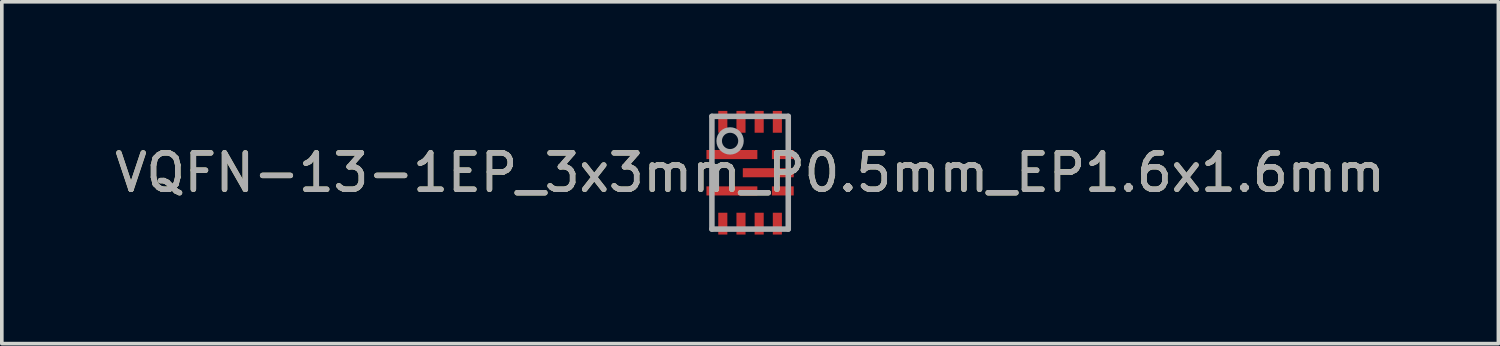
<source format=kicad_pcb>
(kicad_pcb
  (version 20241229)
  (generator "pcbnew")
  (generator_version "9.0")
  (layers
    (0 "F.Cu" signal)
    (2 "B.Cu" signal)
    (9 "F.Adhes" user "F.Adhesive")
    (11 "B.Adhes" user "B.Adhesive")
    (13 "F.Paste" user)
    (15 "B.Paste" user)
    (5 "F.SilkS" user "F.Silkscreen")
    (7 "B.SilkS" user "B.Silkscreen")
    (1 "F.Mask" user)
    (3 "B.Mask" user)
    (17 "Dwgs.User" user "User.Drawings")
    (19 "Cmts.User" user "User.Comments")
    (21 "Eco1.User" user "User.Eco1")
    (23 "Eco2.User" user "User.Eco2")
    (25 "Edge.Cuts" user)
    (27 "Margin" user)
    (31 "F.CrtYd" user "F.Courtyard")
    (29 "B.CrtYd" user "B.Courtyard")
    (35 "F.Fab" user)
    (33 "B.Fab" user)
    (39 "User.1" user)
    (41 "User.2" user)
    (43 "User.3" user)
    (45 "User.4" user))
  (footprint "VQFN-13-1EP_3x3mm_P0.5mm_EP1.6x1.6mm"
    (layer "F.Cu")
    (at 17.577 1.7)
    (property "Reference" "VQFN-13-1EP_3x3mm_P0.5mm_EP1.6x1.6mm" (at 0 0 0) (layer "F.SilkS") (effects (font (size 1 1) (thickness 0.15))))
    (attr through_hole)
    (fp_line (start -1.2 -0.575) (end -1.199 -0.585) (stroke (width 0.152) (type solid)) (layer "F.Paste"))
    (fp_line (start -1.2 -0.425) (end -1.2 -0.575) (stroke (width 0.152) (type solid)) (layer "F.Paste"))
    (fp_line (start -1.2 0.425) (end -1.199 0.415) (stroke (width 0.152) (type solid)) (layer "F.Paste"))
    (fp_line (start -1.2 0.575) (end -1.2 0.425) (stroke (width 0.152) (type solid)) (layer "F.Paste"))
    (fp_line (start -1.199 -0.585) (end -1.196 -0.594) (stroke (width 0.152) (type solid)) (layer "F.Paste"))
    (fp_line (start -1.199 -0.415) (end -1.2 -0.425) (stroke (width 0.152) (type solid)) (layer "F.Paste"))
    (fp_line (start -1.199 0.415) (end -1.196 0.406) (stroke (width 0.152) (type solid)) (layer "F.Paste"))
    (fp_line (start -1.199 0.585) (end -1.2 0.575) (stroke (width 0.152) (type solid)) (layer "F.Paste"))
    (fp_line (start -1.196 -0.594) (end -1.192 -0.603) (stroke (width 0.152) (type solid)) (layer "F.Paste"))
    (fp_line (start -1.196 -0.406) (end -1.199 -0.415) (stroke (width 0.152) (type solid)) (layer "F.Paste"))
    (fp_line (start -1.196 0.406) (end -1.192 0.397) (stroke (width 0.152) (type solid)) (layer "F.Paste"))
    (fp_line (start -1.196 0.594) (end -1.199 0.585) (stroke (width 0.152) (type solid)) (layer "F.Paste"))
    (fp_line (start -1.192 -0.603) (end -1.185 -0.61) (stroke (width 0.152) (type solid)) (layer "F.Paste"))
    (fp_line (start -1.192 -0.397) (end -1.196 -0.406) (stroke (width 0.152) (type solid)) (layer "F.Paste"))
    (fp_line (start -1.192 0.397) (end -1.185 0.39) (stroke (width 0.152) (type solid)) (layer "F.Paste"))
    (fp_line (start -1.192 0.603) (end -1.196 0.594) (stroke (width 0.152) (type solid)) (layer "F.Paste"))
    (fp_line (start -1.185 -0.61) (end -1.178 -0.617) (stroke (width 0.152) (type solid)) (layer "F.Paste"))
    (fp_line (start -1.185 -0.39) (end -1.192 -0.397) (stroke (width 0.152) (type solid)) (layer "F.Paste"))
    (fp_line (start -1.185 0.39) (end -1.178 0.383) (stroke (width 0.152) (type solid)) (layer "F.Paste"))
    (fp_line (start -1.185 0.61) (end -1.192 0.603) (stroke (width 0.152) (type solid)) (layer "F.Paste"))
    (fp_line (start -1.178 -0.617) (end -1.169 -0.621) (stroke (width 0.152) (type solid)) (layer "F.Paste"))
    (fp_line (start -1.178 -0.383) (end -1.185 -0.39) (stroke (width 0.152) (type solid)) (layer "F.Paste"))
    (fp_line (start -1.178 0.383) (end -1.169 0.379) (stroke (width 0.152) (type solid)) (layer "F.Paste"))
    (fp_line (start -1.178 0.617) (end -1.185 0.61) (stroke (width 0.152) (type solid)) (layer "F.Paste"))
    (fp_line (start -1.169 -0.621) (end -1.16 -0.624) (stroke (width 0.152) (type solid)) (layer "F.Paste"))
    (fp_line (start -1.169 -0.379) (end -1.178 -0.383) (stroke (width 0.152) (type solid)) (layer "F.Paste"))
    (fp_line (start -1.169 0.379) (end -1.16 0.376) (stroke (width 0.152) (type solid)) (layer "F.Paste"))
    (fp_line (start -1.169 0.621) (end -1.178 0.617) (stroke (width 0.152) (type solid)) (layer "F.Paste"))
    (fp_line (start -1.16 -0.624) (end -1.15 -0.625) (stroke (width 0.152) (type solid)) (layer "F.Paste"))
    (fp_line (start -1.16 -0.376) (end -1.169 -0.379) (stroke (width 0.152) (type solid)) (layer "F.Paste"))
    (fp_line (start -1.16 0.376) (end -1.15 0.375) (stroke (width 0.152) (type solid)) (layer "F.Paste"))
    (fp_line (start -1.16 0.624) (end -1.169 0.621) (stroke (width 0.152) (type solid)) (layer "F.Paste"))
    (fp_line (start -1.15 -0.625) (end -0.65 -0.625) (stroke (width 0.152) (type solid)) (layer "F.Paste"))
    (fp_line (start -1.15 -0.375) (end -1.16 -0.376) (stroke (width 0.152) (type solid)) (layer "F.Paste"))
    (fp_line (start -1.15 0.375) (end -0.65 0.375) (stroke (width 0.152) (type solid)) (layer "F.Paste"))
    (fp_line (start -1.15 0.625) (end -1.16 0.624) (stroke (width 0.152) (type solid)) (layer "F.Paste"))
    (fp_line (start -0.65 -0.625) (end -0.64 -0.624) (stroke (width 0.152) (type solid)) (layer "F.Paste"))
    (fp_line (start -0.65 -0.375) (end -1.15 -0.375) (stroke (width 0.152) (type solid)) (layer "F.Paste"))
    (fp_line (start -0.65 0.375) (end -0.64 0.376) (stroke (width 0.152) (type solid)) (layer "F.Paste"))
    (fp_line (start -0.65 0.625) (end -1.15 0.625) (stroke (width 0.152) (type solid)) (layer "F.Paste"))
    (fp_line (start -0.64 -0.624) (end -0.631 -0.621) (stroke (width 0.152) (type solid)) (layer "F.Paste"))
    (fp_line (start -0.64 -0.376) (end -0.65 -0.375) (stroke (width 0.152) (type solid)) (layer "F.Paste"))
    (fp_line (start -0.64 0.376) (end -0.631 0.379) (stroke (width 0.152) (type solid)) (layer "F.Paste"))
    (fp_line (start -0.64 0.624) (end -0.65 0.625) (stroke (width 0.152) (type solid)) (layer "F.Paste"))
    (fp_line (start -0.631 -0.621) (end -0.622 -0.617) (stroke (width 0.152) (type solid)) (layer "F.Paste"))
    (fp_line (start -0.631 -0.379) (end -0.64 -0.376) (stroke (width 0.152) (type solid)) (layer "F.Paste"))
    (fp_line (start -0.631 0.379) (end -0.622 0.383) (stroke (width 0.152) (type solid)) (layer "F.Paste"))
    (fp_line (start -0.631 0.621) (end -0.64 0.624) (stroke (width 0.152) (type solid)) (layer "F.Paste"))
    (fp_line (start -0.622 -0.617) (end -0.615 -0.61) (stroke (width 0.152) (type solid)) (layer "F.Paste"))
    (fp_line (start -0.622 -0.383) (end -0.631 -0.379) (stroke (width 0.152) (type solid)) (layer "F.Paste"))
    (fp_line (start -0.622 0.383) (end -0.615 0.39) (stroke (width 0.152) (type solid)) (layer "F.Paste"))
    (fp_line (start -0.622 0.617) (end -0.631 0.621) (stroke (width 0.152) (type solid)) (layer "F.Paste"))
    (fp_line (start -0.615 -0.61) (end -0.608 -0.603) (stroke (width 0.152) (type solid)) (layer "F.Paste"))
    (fp_line (start -0.615 -0.39) (end -0.622 -0.383) (stroke (width 0.152) (type solid)) (layer "F.Paste"))
    (fp_line (start -0.615 0.39) (end -0.608 0.397) (stroke (width 0.152) (type solid)) (layer "F.Paste"))
    (fp_line (start -0.615 0.61) (end -0.622 0.617) (stroke (width 0.152) (type solid)) (layer "F.Paste"))
    (fp_line (start -0.608 -0.603) (end -0.604 -0.594) (stroke (width 0.152) (type solid)) (layer "F.Paste"))
    (fp_line (start -0.608 -0.397) (end -0.615 -0.39) (stroke (width 0.152) (type solid)) (layer "F.Paste"))
    (fp_line (start -0.608 0.397) (end -0.604 0.406) (stroke (width 0.152) (type solid)) (layer "F.Paste"))
    (fp_line (start -0.608 0.603) (end -0.615 0.61) (stroke (width 0.152) (type solid)) (layer "F.Paste"))
    (fp_line (start -0.604 -0.594) (end -0.601 -0.585) (stroke (width 0.152) (type solid)) (layer "F.Paste"))
    (fp_line (start -0.604 -0.406) (end -0.608 -0.397) (stroke (width 0.152) (type solid)) (layer "F.Paste"))
    (fp_line (start -0.604 0.406) (end -0.601 0.415) (stroke (width 0.152) (type solid)) (layer "F.Paste"))
    (fp_line (start -0.604 0.594) (end -0.608 0.603) (stroke (width 0.152) (type solid)) (layer "F.Paste"))
    (fp_line (start -0.601 -0.585) (end -0.6 -0.575) (stroke (width 0.152) (type solid)) (layer "F.Paste"))
    (fp_line (start -0.601 -0.415) (end -0.604 -0.406) (stroke (width 0.152) (type solid)) (layer "F.Paste"))
    (fp_line (start -0.601 0.415) (end -0.6 0.425) (stroke (width 0.152) (type solid)) (layer "F.Paste"))
    (fp_line (start -0.601 0.585) (end -0.604 0.594) (stroke (width 0.152) (type solid)) (layer "F.Paste"))
    (fp_line (start -0.6 -0.575) (end -0.6 -0.425) (stroke (width 0.152) (type solid)) (layer "F.Paste"))
    (fp_line (start -0.6 -0.425) (end -0.601 -0.415) (stroke (width 0.152) (type solid)) (layer "F.Paste"))
    (fp_line (start -0.6 0.425) (end -0.6 0.575) (stroke (width 0.152) (type solid)) (layer "F.Paste"))
    (fp_line (start -0.6 0.575) (end -0.601 0.585) (stroke (width 0.152) (type solid)) (layer "F.Paste"))
    (fp_line (start -0.4 -0.575) (end -0.399 -0.585) (stroke (width 0.152) (type solid)) (layer "F.Paste"))
    (fp_line (start -0.4 -0.425) (end -0.4 -0.575) (stroke (width 0.152) (type solid)) (layer "F.Paste"))
    (fp_line (start -0.4 0.425) (end -0.399 0.415) (stroke (width 0.152) (type solid)) (layer "F.Paste"))
    (fp_line (start -0.4 0.575) (end -0.4 0.425) (stroke (width 0.152) (type solid)) (layer "F.Paste"))
    (fp_line (start -0.399 -0.585) (end -0.396 -0.594) (stroke (width 0.152) (type solid)) (layer "F.Paste"))
    (fp_line (start -0.399 -0.415) (end -0.4 -0.425) (stroke (width 0.152) (type solid)) (layer "F.Paste"))
    (fp_line (start -0.399 0.415) (end -0.396 0.406) (stroke (width 0.152) (type solid)) (layer "F.Paste"))
    (fp_line (start -0.399 0.585) (end -0.4 0.575) (stroke (width 0.152) (type solid)) (layer "F.Paste"))
    (fp_line (start -0.396 -0.594) (end -0.392 -0.603) (stroke (width 0.152) (type solid)) (layer "F.Paste"))
    (fp_line (start -0.396 -0.406) (end -0.399 -0.415) (stroke (width 0.152) (type solid)) (layer "F.Paste"))
    (fp_line (start -0.396 0.406) (end -0.392 0.397) (stroke (width 0.152) (type solid)) (layer "F.Paste"))
    (fp_line (start -0.396 0.594) (end -0.399 0.585) (stroke (width 0.152) (type solid)) (layer "F.Paste"))
    (fp_line (start -0.392 -0.603) (end -0.385 -0.61) (stroke (width 0.152) (type solid)) (layer "F.Paste"))
    (fp_line (start -0.392 -0.397) (end -0.396 -0.406) (stroke (width 0.152) (type solid)) (layer "F.Paste"))
    (fp_line (start -0.392 0.397) (end -0.385 0.39) (stroke (width 0.152) (type solid)) (layer "F.Paste"))
    (fp_line (start -0.392 0.603) (end -0.396 0.594) (stroke (width 0.152) (type solid)) (layer "F.Paste"))
    (fp_line (start -0.385 -0.61) (end -0.378 -0.617) (stroke (width 0.152) (type solid)) (layer "F.Paste"))
    (fp_line (start -0.385 -0.39) (end -0.392 -0.397) (stroke (width 0.152) (type solid)) (layer "F.Paste"))
    (fp_line (start -0.385 0.39) (end -0.378 0.383) (stroke (width 0.152) (type solid)) (layer "F.Paste"))
    (fp_line (start -0.385 0.61) (end -0.392 0.603) (stroke (width 0.152) (type solid)) (layer "F.Paste"))
    (fp_line (start -0.378 -0.617) (end -0.369 -0.621) (stroke (width 0.152) (type solid)) (layer "F.Paste"))
    (fp_line (start -0.378 -0.383) (end -0.385 -0.39) (stroke (width 0.152) (type solid)) (layer "F.Paste"))
    (fp_line (start -0.378 0.383) (end -0.369 0.379) (stroke (width 0.152) (type solid)) (layer "F.Paste"))
    (fp_line (start -0.378 0.617) (end -0.385 0.61) (stroke (width 0.152) (type solid)) (layer "F.Paste"))
    (fp_line (start -0.369 -0.621) (end -0.36 -0.624) (stroke (width 0.152) (type solid)) (layer "F.Paste"))
    (fp_line (start -0.369 -0.379) (end -0.378 -0.383) (stroke (width 0.152) (type solid)) (layer "F.Paste"))
    (fp_line (start -0.369 0.379) (end -0.36 0.376) (stroke (width 0.152) (type solid)) (layer "F.Paste"))
    (fp_line (start -0.369 0.621) (end -0.378 0.617) (stroke (width 0.152) (type solid)) (layer "F.Paste"))
    (fp_line (start -0.36 -0.624) (end -0.35 -0.625) (stroke (width 0.152) (type solid)) (layer "F.Paste"))
    (fp_line (start -0.36 -0.376) (end -0.369 -0.379) (stroke (width 0.152) (type solid)) (layer "F.Paste"))
    (fp_line (start -0.36 0.376) (end -0.35 0.375) (stroke (width 0.152) (type solid)) (layer "F.Paste"))
    (fp_line (start -0.36 0.624) (end -0.369 0.621) (stroke (width 0.152) (type solid)) (layer "F.Paste"))
    (fp_line (start -0.35 -0.625) (end 0.15 -0.625) (stroke (width 0.152) (type solid)) (layer "F.Paste"))
    (fp_line (start -0.35 -0.375) (end -0.36 -0.376) (stroke (width 0.152) (type solid)) (layer "F.Paste"))
    (fp_line (start -0.35 0.375) (end 0.15 0.375) (stroke (width 0.152) (type solid)) (layer "F.Paste"))
    (fp_line (start -0.35 0.625) (end -0.36 0.624) (stroke (width 0.152) (type solid)) (layer "F.Paste"))
    (fp_line (start -0.2 -0.075) (end -0.199 -0.085) (stroke (width 0.152) (type solid)) (layer "F.Paste"))
    (fp_line (start -0.2 0.075) (end -0.2 -0.075) (stroke (width 0.152) (type solid)) (layer "F.Paste"))
    (fp_line (start -0.199 -0.085) (end -0.196 -0.094) (stroke (width 0.152) (type solid)) (layer "F.Paste"))
    (fp_line (start -0.199 0.085) (end -0.2 0.075) (stroke (width 0.152) (type solid)) (layer "F.Paste"))
    (fp_line (start -0.196 -0.094) (end -0.192 -0.103) (stroke (width 0.152) (type solid)) (layer "F.Paste"))
    (fp_line (start -0.196 0.094) (end -0.199 0.085) (stroke (width 0.152) (type solid)) (layer "F.Paste"))
    (fp_line (start -0.192 -0.103) (end -0.185 -0.11) (stroke (width 0.152) (type solid)) (layer "F.Paste"))
    (fp_line (start -0.192 0.103) (end -0.196 0.094) (stroke (width 0.152) (type solid)) (layer "F.Paste"))
    (fp_line (start -0.185 -0.11) (end -0.178 -0.117) (stroke (width 0.152) (type solid)) (layer "F.Paste"))
    (fp_line (start -0.185 0.11) (end -0.192 0.103) (stroke (width 0.152) (type solid)) (layer "F.Paste"))
    (fp_line (start -0.178 -0.117) (end -0.169 -0.121) (stroke (width 0.152) (type solid)) (layer "F.Paste"))
    (fp_line (start -0.178 0.117) (end -0.185 0.11) (stroke (width 0.152) (type solid)) (layer "F.Paste"))
    (fp_line (start -0.169 -0.121) (end -0.16 -0.124) (stroke (width 0.152) (type solid)) (layer "F.Paste"))
    (fp_line (start -0.169 0.121) (end -0.178 0.117) (stroke (width 0.152) (type solid)) (layer "F.Paste"))
    (fp_line (start -0.16 -0.124) (end -0.15 -0.125) (stroke (width 0.152) (type solid)) (layer "F.Paste"))
    (fp_line (start -0.16 0.124) (end -0.169 0.121) (stroke (width 0.152) (type solid)) (layer "F.Paste"))
    (fp_line (start -0.15 -0.125) (end 0.35 -0.125) (stroke (width 0.152) (type solid)) (layer "F.Paste"))
    (fp_line (start -0.15 0.125) (end -0.16 0.124) (stroke (width 0.152) (type solid)) (layer "F.Paste"))
    (fp_line (start 0.15 -0.625) (end 0.16 -0.624) (stroke (width 0.152) (type solid)) (layer "F.Paste"))
    (fp_line (start 0.15 -0.375) (end -0.35 -0.375) (stroke (width 0.152) (type solid)) (layer "F.Paste"))
    (fp_line (start 0.15 0.375) (end 0.16 0.376) (stroke (width 0.152) (type solid)) (layer "F.Paste"))
    (fp_line (start 0.15 0.625) (end -0.35 0.625) (stroke (width 0.152) (type solid)) (layer "F.Paste"))
    (fp_line (start 0.16 -0.624) (end 0.169 -0.621) (stroke (width 0.152) (type solid)) (layer "F.Paste"))
    (fp_line (start 0.16 -0.376) (end 0.15 -0.375) (stroke (width 0.152) (type solid)) (layer "F.Paste"))
    (fp_line (start 0.16 0.376) (end 0.169 0.379) (stroke (width 0.152) (type solid)) (layer "F.Paste"))
    (fp_line (start 0.16 0.624) (end 0.15 0.625) (stroke (width 0.152) (type solid)) (layer "F.Paste"))
    (fp_line (start 0.169 -0.621) (end 0.178 -0.617) (stroke (width 0.152) (type solid)) (layer "F.Paste"))
    (fp_line (start 0.169 -0.379) (end 0.16 -0.376) (stroke (width 0.152) (type solid)) (layer "F.Paste"))
    (fp_line (start 0.169 0.379) (end 0.178 0.383) (stroke (width 0.152) (type solid)) (layer "F.Paste"))
    (fp_line (start 0.169 0.621) (end 0.16 0.624) (stroke (width 0.152) (type solid)) (layer "F.Paste"))
    (fp_line (start 0.178 -0.617) (end 0.185 -0.61) (stroke (width 0.152) (type solid)) (layer "F.Paste"))
    (fp_line (start 0.178 -0.383) (end 0.169 -0.379) (stroke (width 0.152) (type solid)) (layer "F.Paste"))
    (fp_line (start 0.178 0.383) (end 0.185 0.39) (stroke (width 0.152) (type solid)) (layer "F.Paste"))
    (fp_line (start 0.178 0.617) (end 0.169 0.621) (stroke (width 0.152) (type solid)) (layer "F.Paste"))
    (fp_line (start 0.185 -0.61) (end 0.192 -0.603) (stroke (width 0.152) (type solid)) (layer "F.Paste"))
    (fp_line (start 0.185 -0.39) (end 0.178 -0.383) (stroke (width 0.152) (type solid)) (layer "F.Paste"))
    (fp_line (start 0.185 0.39) (end 0.192 0.397) (stroke (width 0.152) (type solid)) (layer "F.Paste"))
    (fp_line (start 0.185 0.61) (end 0.178 0.617) (stroke (width 0.152) (type solid)) (layer "F.Paste"))
    (fp_line (start 0.192 -0.603) (end 0.196 -0.594) (stroke (width 0.152) (type solid)) (layer "F.Paste"))
    (fp_line (start 0.192 -0.397) (end 0.185 -0.39) (stroke (width 0.152) (type solid)) (layer "F.Paste"))
    (fp_line (start 0.192 0.397) (end 0.196 0.406) (stroke (width 0.152) (type solid)) (layer "F.Paste"))
    (fp_line (start 0.192 0.603) (end 0.185 0.61) (stroke (width 0.152) (type solid)) (layer "F.Paste"))
    (fp_line (start 0.196 -0.594) (end 0.199 -0.585) (stroke (width 0.152) (type solid)) (layer "F.Paste"))
    (fp_line (start 0.196 -0.406) (end 0.192 -0.397) (stroke (width 0.152) (type solid)) (layer "F.Paste"))
    (fp_line (start 0.196 0.406) (end 0.199 0.415) (stroke (width 0.152) (type solid)) (layer "F.Paste"))
    (fp_line (start 0.196 0.594) (end 0.192 0.603) (stroke (width 0.152) (type solid)) (layer "F.Paste"))
    (fp_line (start 0.199 -0.585) (end 0.2 -0.575) (stroke (width 0.152) (type solid)) (layer "F.Paste"))
    (fp_line (start 0.199 -0.415) (end 0.196 -0.406) (stroke (width 0.152) (type solid)) (layer "F.Paste"))
    (fp_line (start 0.199 0.415) (end 0.2 0.425) (stroke (width 0.152) (type solid)) (layer "F.Paste"))
    (fp_line (start 0.199 0.585) (end 0.196 0.594) (stroke (width 0.152) (type solid)) (layer "F.Paste"))
    (fp_line (start 0.2 -0.575) (end 0.2 -0.425) (stroke (width 0.152) (type solid)) (layer "F.Paste"))
    (fp_line (start 0.2 -0.425) (end 0.199 -0.415) (stroke (width 0.152) (type solid)) (layer "F.Paste"))
    (fp_line (start 0.2 0.425) (end 0.2 0.575) (stroke (width 0.152) (type solid)) (layer "F.Paste"))
    (fp_line (start 0.2 0.575) (end 0.199 0.585) (stroke (width 0.152) (type solid)) (layer "F.Paste"))
    (fp_line (start 0.35 -0.125) (end 0.36 -0.124) (stroke (width 0.152) (type solid)) (layer "F.Paste"))
    (fp_line (start 0.35 0.125) (end -0.15 0.125) (stroke (width 0.152) (type solid)) (layer "F.Paste"))
    (fp_line (start 0.36 -0.124) (end 0.369 -0.121) (stroke (width 0.152) (type solid)) (layer "F.Paste"))
    (fp_line (start 0.36 0.124) (end 0.35 0.125) (stroke (width 0.152) (type solid)) (layer "F.Paste"))
    (fp_line (start 0.369 -0.121) (end 0.378 -0.117) (stroke (width 0.152) (type solid)) (layer "F.Paste"))
    (fp_line (start 0.369 0.121) (end 0.36 0.124) (stroke (width 0.152) (type solid)) (layer "F.Paste"))
    (fp_line (start 0.378 -0.117) (end 0.385 -0.11) (stroke (width 0.152) (type solid)) (layer "F.Paste"))
    (fp_line (start 0.378 0.117) (end 0.369 0.121) (stroke (width 0.152) (type solid)) (layer "F.Paste"))
    (fp_line (start 0.385 -0.11) (end 0.392 -0.103) (stroke (width 0.152) (type solid)) (layer "F.Paste"))
    (fp_line (start 0.385 0.11) (end 0.378 0.117) (stroke (width 0.152) (type solid)) (layer "F.Paste"))
    (fp_line (start 0.392 -0.103) (end 0.396 -0.094) (stroke (width 0.152) (type solid)) (layer "F.Paste"))
    (fp_line (start 0.392 0.103) (end 0.385 0.11) (stroke (width 0.152) (type solid)) (layer "F.Paste"))
    (fp_line (start 0.396 -0.094) (end 0.399 -0.085) (stroke (width 0.152) (type solid)) (layer "F.Paste"))
    (fp_line (start 0.396 0.094) (end 0.392 0.103) (stroke (width 0.152) (type solid)) (layer "F.Paste"))
    (fp_line (start 0.399 -0.085) (end 0.4 -0.075) (stroke (width 0.152) (type solid)) (layer "F.Paste"))
    (fp_line (start 0.399 0.085) (end 0.396 0.094) (stroke (width 0.152) (type solid)) (layer "F.Paste"))
    (fp_line (start 0.4 -0.075) (end 0.4 0.075) (stroke (width 0.152) (type solid)) (layer "F.Paste"))
    (fp_line (start 0.4 0.075) (end 0.399 0.085) (stroke (width 0.152) (type solid)) (layer "F.Paste"))
    (fp_line (start 0.6 -0.075) (end 0.601 -0.085) (stroke (width 0.152) (type solid)) (layer "F.Paste"))
    (fp_line (start 0.6 0.075) (end 0.6 -0.075) (stroke (width 0.152) (type solid)) (layer "F.Paste"))
    (fp_line (start 0.601 -0.085) (end 0.604 -0.094) (stroke (width 0.152) (type solid)) (layer "F.Paste"))
    (fp_line (start 0.601 0.085) (end 0.6 0.075) (stroke (width 0.152) (type solid)) (layer "F.Paste"))
    (fp_line (start 0.604 -0.094) (end 0.608 -0.103) (stroke (width 0.152) (type solid)) (layer "F.Paste"))
    (fp_line (start 0.604 0.094) (end 0.601 0.085) (stroke (width 0.152) (type solid)) (layer "F.Paste"))
    (fp_line (start 0.608 -0.103) (end 0.615 -0.11) (stroke (width 0.152) (type solid)) (layer "F.Paste"))
    (fp_line (start 0.608 0.103) (end 0.604 0.094) (stroke (width 0.152) (type solid)) (layer "F.Paste"))
    (fp_line (start 0.615 -0.11) (end 0.622 -0.117) (stroke (width 0.152) (type solid)) (layer "F.Paste"))
    (fp_line (start 0.615 0.11) (end 0.608 0.103) (stroke (width 0.152) (type solid)) (layer "F.Paste"))
    (fp_line (start 0.622 -0.117) (end 0.631 -0.121) (stroke (width 0.152) (type solid)) (layer "F.Paste"))
    (fp_line (start 0.622 0.117) (end 0.615 0.11) (stroke (width 0.152) (type solid)) (layer "F.Paste"))
    (fp_line (start 0.631 -0.121) (end 0.64 -0.124) (stroke (width 0.152) (type solid)) (layer "F.Paste"))
    (fp_line (start 0.631 0.121) (end 0.622 0.117) (stroke (width 0.152) (type solid)) (layer "F.Paste"))
    (fp_line (start 0.64 -0.124) (end 0.65 -0.125) (stroke (width 0.152) (type solid)) (layer "F.Paste"))
    (fp_line (start 0.64 0.124) (end 0.631 0.121) (stroke (width 0.152) (type solid)) (layer "F.Paste"))
    (fp_line (start 0.65 -0.125) (end 1.15 -0.125) (stroke (width 0.152) (type solid)) (layer "F.Paste"))
    (fp_line (start 0.65 0.125) (end 0.64 0.124) (stroke (width 0.152) (type solid)) (layer "F.Paste"))
    (fp_line (start 1.15 -0.125) (end 1.16 -0.124) (stroke (width 0.152) (type solid)) (layer "F.Paste"))
    (fp_line (start 1.15 0.125) (end 0.65 0.125) (stroke (width 0.152) (type solid)) (layer "F.Paste"))
    (fp_line (start 1.16 -0.124) (end 1.169 -0.121) (stroke (width 0.152) (type solid)) (layer "F.Paste"))
    (fp_line (start 1.16 0.124) (end 1.15 0.125) (stroke (width 0.152) (type solid)) (layer "F.Paste"))
    (fp_line (start 1.169 -0.121) (end 1.178 -0.117) (stroke (width 0.152) (type solid)) (layer "F.Paste"))
    (fp_line (start 1.169 0.121) (end 1.16 0.124) (stroke (width 0.152) (type solid)) (layer "F.Paste"))
    (fp_line (start 1.178 -0.117) (end 1.185 -0.11) (stroke (width 0.152) (type solid)) (layer "F.Paste"))
    (fp_line (start 1.178 0.117) (end 1.169 0.121) (stroke (width 0.152) (type solid)) (layer "F.Paste"))
    (fp_line (start 1.185 -0.11) (end 1.192 -0.103) (stroke (width 0.152) (type solid)) (layer "F.Paste"))
    (fp_line (start 1.185 0.11) (end 1.178 0.117) (stroke (width 0.152) (type solid)) (layer "F.Paste"))
    (fp_line (start 1.192 -0.103) (end 1.196 -0.094) (stroke (width 0.152) (type solid)) (layer "F.Paste"))
    (fp_line (start 1.192 0.103) (end 1.185 0.11) (stroke (width 0.152) (type solid)) (layer "F.Paste"))
    (fp_line (start 1.196 -0.094) (end 1.199 -0.085) (stroke (width 0.152) (type solid)) (layer "F.Paste"))
    (fp_line (start 1.196 0.094) (end 1.192 0.103) (stroke (width 0.152) (type solid)) (layer "F.Paste"))
    (fp_line (start 1.199 -0.085) (end 1.2 -0.075) (stroke (width 0.152) (type solid)) (layer "F.Paste"))
    (fp_line (start 1.199 0.085) (end 1.196 0.094) (stroke (width 0.152) (type solid)) (layer "F.Paste"))
    (fp_line (start 1.2 -0.075) (end 1.2 0.075) (stroke (width 0.152) (type solid)) (layer "F.Paste"))
    (fp_line (start 1.2 0.075) (end 1.199 0.085) (stroke (width 0.152) (type solid)) (layer "F.Paste"))
    (fp_line (start -1.05 -1.55) (end 1.05 -1.55) (stroke (width 0.152) (type solid)) (layer "F.Fab"))
    (fp_line (start -1.05 1.55) (end -1.05 -1.55) (stroke (width 0.152) (type solid)) (layer "F.Fab"))
    (fp_line (start -1.05 1.55) (end 1.05 1.55) (stroke (width 0.152) (type solid)) (layer "F.Fab"))
    (fp_line (start 1.05 1.55) (end 1.05 -1.55) (stroke (width 0.152) (type solid)) (layer "F.Fab"))
    (fp_circle (center -0.55 -0.875) (end -0.25 -0.875) (stroke (width 0.152) (type solid)) (fill no) (layer "F.Fab"))
    (fp_text user "${REFERENCE}" (at 0 0 0) (layer "F.Fab") (effects (font (size 1 1) (thickness 0.15))))
    (pad "1" smd rect (at -0.5 -0.5) (size 1.4 0.25) (layers "F.Cu" "F.Mask" "F.Paste"))
    (pad "2" smd rect (at -0.5 0.5) (size 1.4 0.25) (layers "F.Cu" "F.Mask" "F.Paste"))
    (pad "3" smd rect (at -0.75 1.4 90) (size 0.6 0.25) (layers "F.Cu" "F.Mask" "F.Paste"))
    (pad "4" smd rect (at -0.25 1.4 90) (size 0.6 0.25) (layers "F.Cu" "F.Mask" "F.Paste"))
    (pad "5" smd rect (at 0.25 1.4 90) (size 0.6 0.25) (layers "F.Cu" "F.Mask" "F.Paste"))
    (pad "6" smd rect (at 0.75 1.4 90) (size 0.6 0.25) (layers "F.Cu" "F.Mask" "F.Paste"))
    (pad "7" smd rect (at 0.9 0.5) (size 0.6 0.25) (layers "F.Cu" "F.Mask" "F.Paste"))
    (pad "8" smd rect (at 0.5 0) (size 1.4 0.25) (layers "F.Cu" "F.Mask" "F.Paste"))
    (pad "9" smd rect (at 0.9 -0.5) (size 0.6 0.25) (layers "F.Cu" "F.Mask" "F.Paste"))
    (pad "10" smd rect (at 0.75 -1.4 90) (size 0.6 0.25) (layers "F.Cu" "F.Mask" "F.Paste"))
    (pad "11" smd rect (at 0.25 -1.4 90) (size 0.6 0.25) (layers "F.Cu" "F.Mask" "F.Paste"))
    (pad "12" smd rect (at -0.25 -1.4 90) (size 0.6 0.25) (layers "F.Cu" "F.Mask" "F.Paste"))
    (pad "13" smd rect (at -0.75 -1.4 90) (size 0.6 0.25) (layers "F.Cu" "F.Mask" "F.Paste")))
  (gr_rect
    (start -3 -3)
    (end 38.155 6.4)
    (stroke (width 0.1) (type default))
    (fill no)
    (layer "Edge.Cuts")))
</source>
